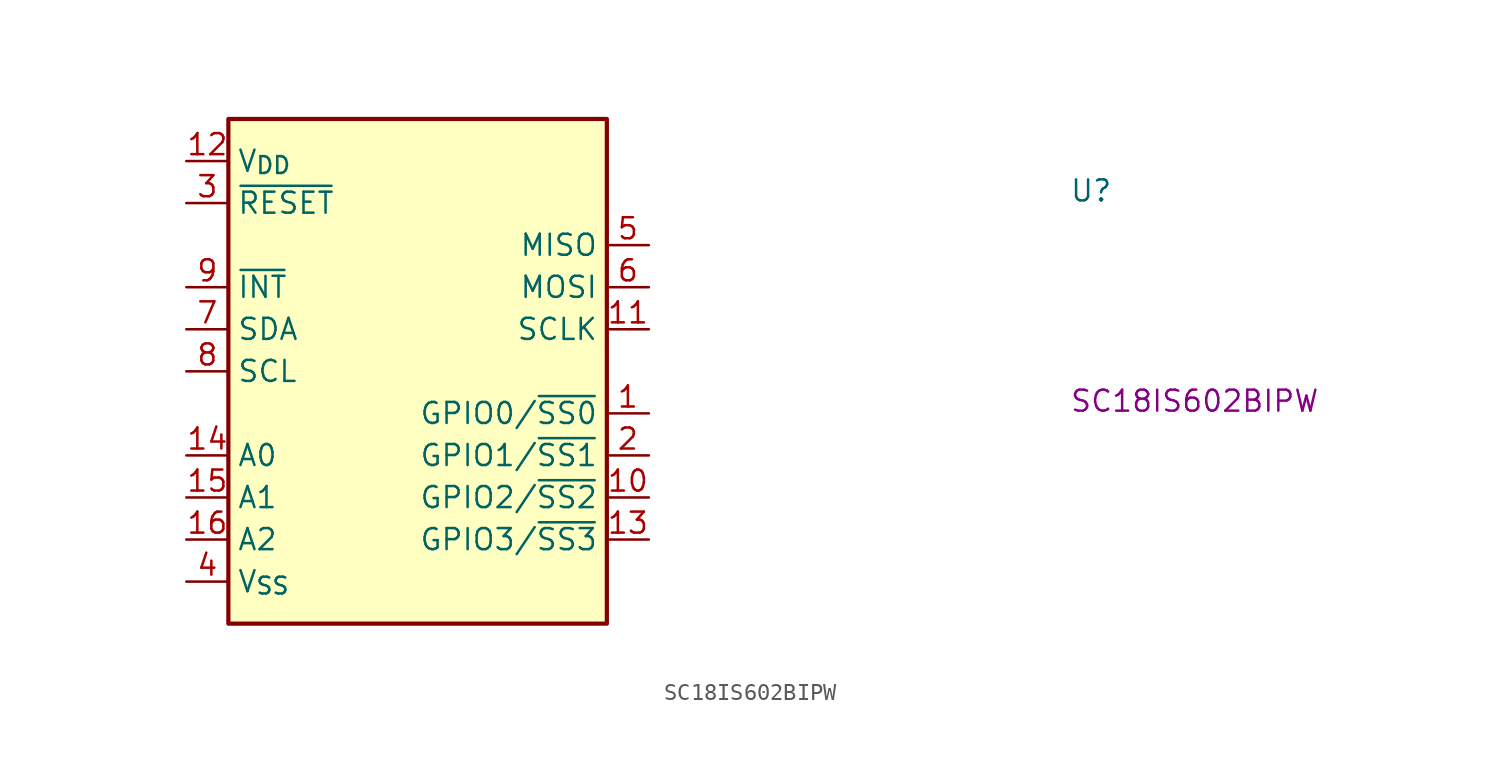
<source format=kicad_sym>
(kicad_symbol_lib
  (version 20220914)
  (generator kicad_symbol_editor)
  (symbol "SC18IS602BIPW"
    (property "Reference" "U"
      (at 53.34 -2.54 0)
      (effects (font (size 1.27 1.27) (thickness 0.15)) (justify left bottom)))
    (property "MPN" "SC18IS602BIPW"
      (at 53.34 -15.24 0)
      (effects (font (size 1.27 1.27) (thickness 0.15)) (justify left bottom)))
    (symbol "SC18IS602BIPW_1_1"
      (rectangle (start 2.54 2.54) (end 25.4 -27.94) (stroke (width 0.254) (type default)) (fill (type background)))
      (pin bidirectional line (at 27.94 -15.24 180) (length 2.54) (name "GPIO0/~{SS0}" (effects (font (size 1.27 1.27)))) (number "1" (effects (font (size 1.27 1.27)))))
      (pin bidirectional line (at 27.94 -20.32 180) (length 2.54) (name "GPIO2/~{SS2}" (effects (font (size 1.27 1.27)))) (number "10" (effects (font (size 1.27 1.27)))))
      (pin output line (at 27.94 -10.16 180) (length 2.54) (name "SCLK" (effects (font (size 1.27 1.27)))) (number "11" (effects (font (size 1.27 1.27)))))
      (pin power_in line (at 0 0 0) (length 2.54) (name "V_{DD}" (effects (font (size 1.27 1.27)))) (number "12" (effects (font (size 1.27 1.27)))))
      (pin bidirectional line (at 27.94 -22.86 180) (length 2.54) (name "GPIO3/~{SS3}" (effects (font (size 1.27 1.27)))) (number "13" (effects (font (size 1.27 1.27)))))
      (pin input line (at 0 -17.78 0) (length 2.54) (name "A0" (effects (font (size 1.27 1.27)))) (number "14" (effects (font (size 1.27 1.27)))))
      (pin input line (at 0 -20.32 0) (length 2.54) (name "A1" (effects (font (size 1.27 1.27)))) (number "15" (effects (font (size 1.27 1.27)))))
      (pin input line (at 0 -22.86 0) (length 2.54) (name "A2" (effects (font (size 1.27 1.27)))) (number "16" (effects (font (size 1.27 1.27)))))
      (pin bidirectional line (at 27.94 -17.78 180) (length 2.54) (name "GPIO1/~{SS1}" (effects (font (size 1.27 1.27)))) (number "2" (effects (font (size 1.27 1.27)))))
      (pin input line (at 0 -2.54 0) (length 2.54) (name "~{RESET}" (effects (font (size 1.27 1.27)))) (number "3" (effects (font (size 1.27 1.27)))))
      (pin power_in line (at 0 -25.4 0) (length 2.54) (name "V_{SS}" (effects (font (size 1.27 1.27)))) (number "4" (effects (font (size 1.27 1.27)))))
      (pin input line (at 27.94 -5.08 180) (length 2.54) (name "MISO" (effects (font (size 1.27 1.27)))) (number "5" (effects (font (size 1.27 1.27)))))
      (pin output line (at 27.94 -7.62 180) (length 2.54) (name "MOSI" (effects (font (size 1.27 1.27)))) (number "6" (effects (font (size 1.27 1.27)))))
      (pin bidirectional line (at 0 -10.16 0) (length 2.54) (name "SDA" (effects (font (size 1.27 1.27)))) (number "7" (effects (font (size 1.27 1.27)))))
      (pin input line (at 0 -12.7 0) (length 2.54) (name "SCL" (effects (font (size 1.27 1.27)))) (number "8" (effects (font (size 1.27 1.27)))))
      (pin output line (at 0 -7.62 0) (length 2.54) (name "~{INT}" (effects (font (size 1.27 1.27)))) (number "9" (effects (font (size 1.27 1.27))))))))
</source>
